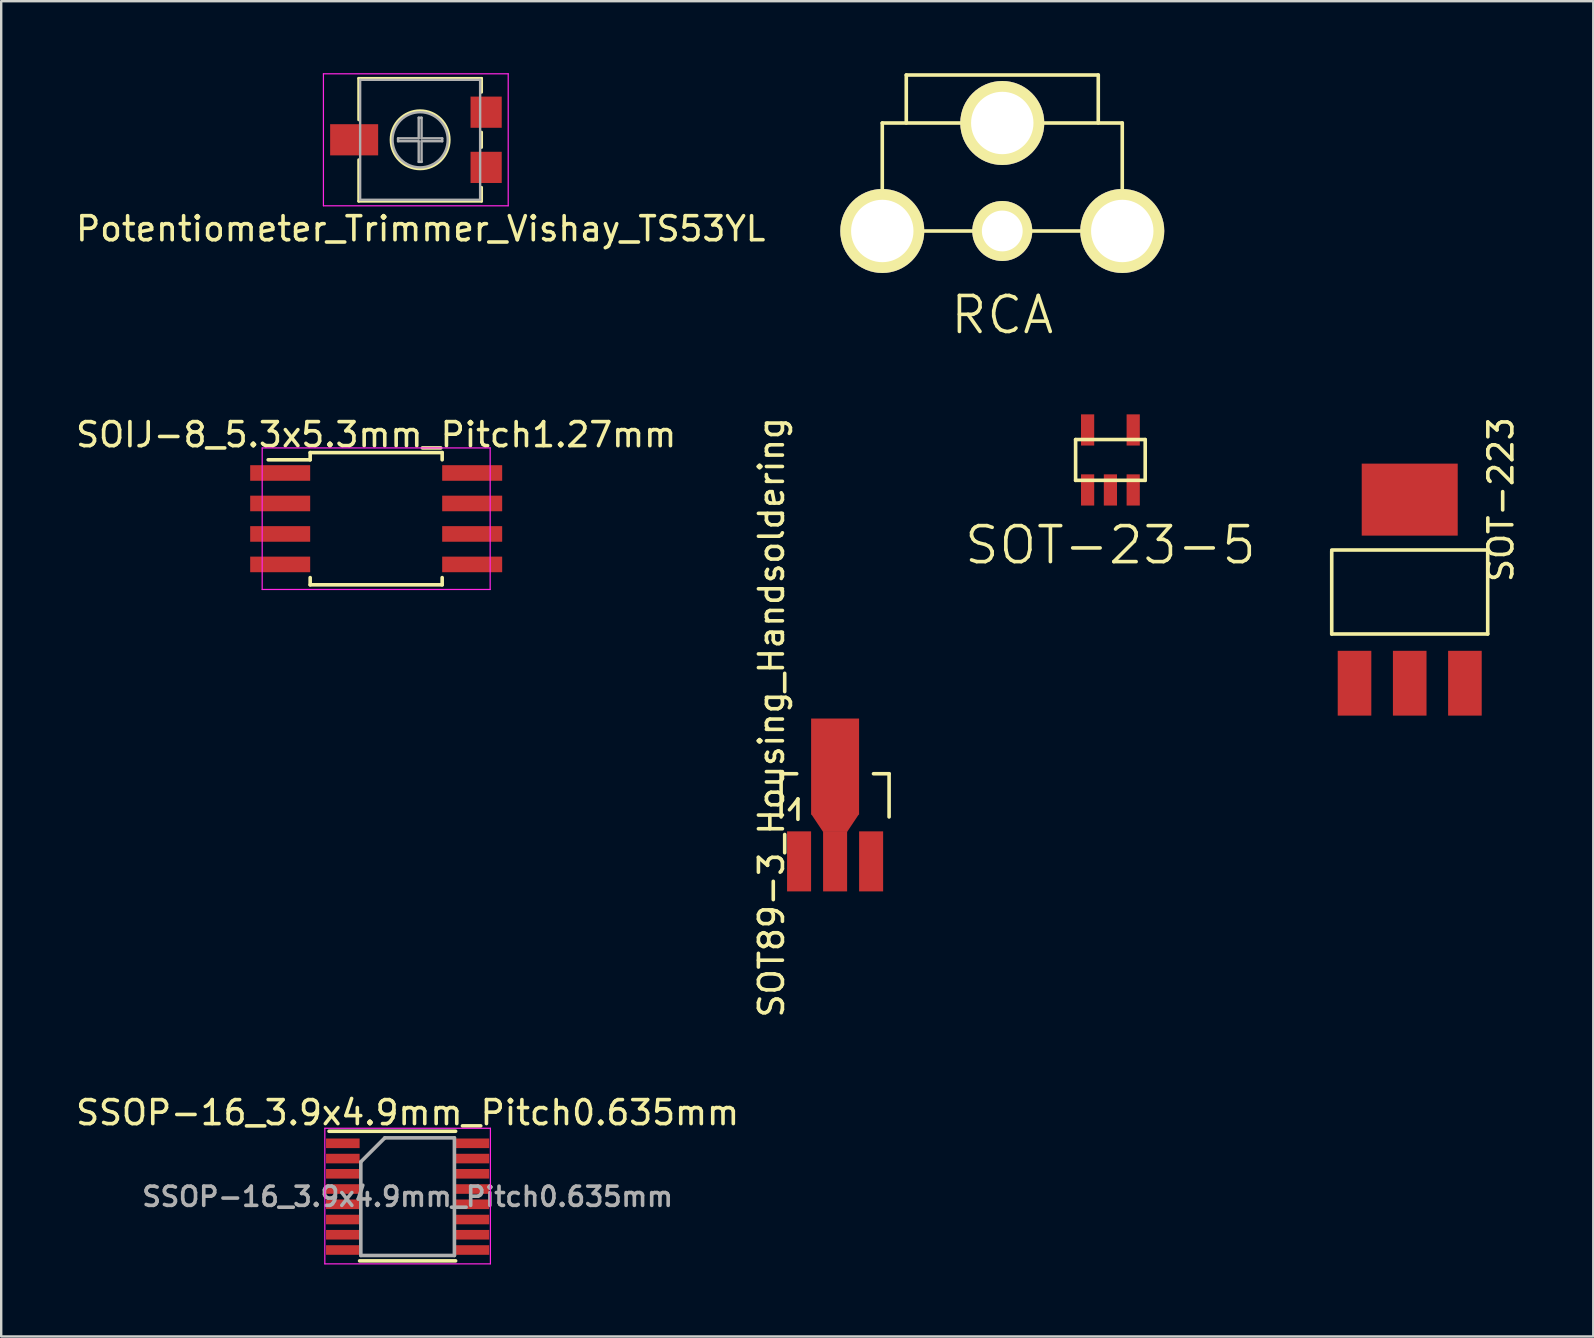
<source format=kicad_pcb>
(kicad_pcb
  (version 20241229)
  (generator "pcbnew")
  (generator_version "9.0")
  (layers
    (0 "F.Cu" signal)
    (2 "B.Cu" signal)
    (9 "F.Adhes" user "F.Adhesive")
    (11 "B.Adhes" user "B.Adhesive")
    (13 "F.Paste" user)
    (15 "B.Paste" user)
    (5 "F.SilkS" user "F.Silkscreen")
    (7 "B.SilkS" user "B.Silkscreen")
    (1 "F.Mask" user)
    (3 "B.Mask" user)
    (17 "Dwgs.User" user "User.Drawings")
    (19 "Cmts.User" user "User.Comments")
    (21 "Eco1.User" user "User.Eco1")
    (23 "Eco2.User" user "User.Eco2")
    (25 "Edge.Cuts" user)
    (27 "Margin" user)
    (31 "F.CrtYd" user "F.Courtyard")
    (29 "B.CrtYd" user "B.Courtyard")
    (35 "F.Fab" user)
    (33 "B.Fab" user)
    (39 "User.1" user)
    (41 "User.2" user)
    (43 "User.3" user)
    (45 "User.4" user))
  (footprint "SOT-223"
    (layer "F.Cu")
    (at 55.692 18.419)
    (property "Reference" "SOT-223" (at 3.8 -0.65 90) (layer "F.SilkS") (effects (font (size 1 1) (thickness 0.15))))
    (attr through_hole)
    (fp_line (start -3.25 1.45) (end 3.25 1.45) (stroke (width 0.15) (type solid)) (layer "F.SilkS"))
    (fp_line (start -3.25 4.95) (end -3.25 1.5) (stroke (width 0.15) (type solid)) (layer "F.SilkS"))
    (fp_line (start 3.25 1.45) (end 3.25 4.95) (stroke (width 0.15) (type solid)) (layer "F.SilkS"))
    (fp_line (start 3.25 4.95) (end -3.25 4.95) (stroke (width 0.15) (type solid)) (layer "F.SilkS"))
    (pad "1" smd rect (at -2.3 7) (size 1.4 2.7) (layers "F.Cu" "F.Mask"))
    (pad "2" smd rect (at 0 -0.65) (size 4 3) (layers "F.Cu" "F.Mask"))
    (pad "2" smd rect (at 0 7) (size 1.4 2.7) (layers "F.Cu" "F.Mask"))
    (pad "3" smd rect (at 2.3 7) (size 1.4 2.7) (layers "F.Cu" "F.Mask")))
  (footprint "RCA"
    (layer "F.Cu")
    (at 38.714 6.575)
    (property "Reference" "RCA" (at 0 3.5 0) (layer "F.SilkS") (effects (font (size 1.5 1.5) (thickness 0.15))))
    (attr through_hole)
    (fp_line (start -5 -4.5) (end 5 -4.5) (stroke (width 0.15) (type solid)) (layer "F.SilkS"))
    (fp_line (start -5 0) (end -5 -4.5) (stroke (width 0.15) (type solid)) (layer "F.SilkS"))
    (fp_line (start -4 -6.5) (end 4 -6.5) (stroke (width 0.15) (type solid)) (layer "F.SilkS"))
    (fp_line (start -4 -4.5) (end -4 -6.5) (stroke (width 0.15) (type solid)) (layer "F.SilkS"))
    (fp_line (start 4 -6.5) (end 4 -4.5) (stroke (width 0.15) (type solid)) (layer "F.SilkS"))
    (fp_line (start 5 -4.5) (end 5 0) (stroke (width 0.15) (type solid)) (layer "F.SilkS"))
    (fp_line (start 5 0) (end -5 0) (stroke (width 0.15) (type solid)) (layer "F.SilkS"))
    (pad "1" thru_hole circle (at -5 0) (size 3.5 3.5) (drill 2.6) (layers "*.Cu" "*.Mask" "F.SilkS"))
    (pad "1" thru_hole circle (at 0 -4.5) (size 3.5 3.5) (drill 2.6) (layers "*.Cu" "*.Mask" "F.SilkS"))
    (pad "1" thru_hole circle (at 5 0) (size 3.5 3.5) (drill 2.6) (layers "*.Cu" "*.Mask" "F.SilkS"))
    (pad "2" thru_hole circle (at 0 0) (size 2.5 2.5) (drill 1.7) (layers "*.Cu" "*.Mask" "F.SilkS")))
  (footprint "Potentiometer_Trimmer_Vishay_TS53YL"
    (layer "F.Cu")
    (at 14.457 2.775)
    (property "Reference" "Potentiometer_Trimmer_Vishay_TS53YL" (at 0.025 3.708 0) (layer "F.SilkS") (effects (font (size 1 1) (thickness 0.15))))
    (attr smd)
    (fp_line (start -2.56 -2.56) (end -2.56 -0.83) (stroke (width 0.12) (type solid)) (layer "F.SilkS"))
    (fp_line (start -2.56 -2.56) (end 2.56 -2.56) (stroke (width 0.12) (type solid)) (layer "F.SilkS"))
    (fp_line (start -2.56 0.83) (end -2.56 2.56) (stroke (width 0.12) (type solid)) (layer "F.SilkS"))
    (fp_line (start -2.56 2.56) (end 2.56 2.56) (stroke (width 0.12) (type solid)) (layer "F.SilkS"))
    (fp_line (start 2.56 -2.56) (end 2.56 -1.98) (stroke (width 0.12) (type solid)) (layer "F.SilkS"))
    (fp_line (start 2.56 -0.32) (end 2.56 0.32) (stroke (width 0.12) (type solid)) (layer "F.SilkS"))
    (fp_line (start 2.56 1.98) (end 2.56 2.56) (stroke (width 0.12) (type solid)) (layer "F.SilkS"))
    (fp_circle (center 0 0) (end 1.21 0) (stroke (width 0.12) (type solid)) (fill no) (layer "F.SilkS"))
    (fp_line (start -4.03 -2.75) (end -4.03 2.75) (stroke (width 0.05) (type solid)) (layer "F.CrtYd"))
    (fp_line (start -4.03 2.75) (end 3.67 2.75) (stroke (width 0.05) (type solid)) (layer "F.CrtYd"))
    (fp_line (start 3.67 -2.75) (end -4.03 -2.75) (stroke (width 0.05) (type solid)) (layer "F.CrtYd"))
    (fp_line (start 3.67 2.75) (end 3.67 -2.75) (stroke (width 0.05) (type solid)) (layer "F.CrtYd"))
    (fp_line (start -2.5 -2.5) (end -2.5 2.5) (stroke (width 0.1) (type solid)) (layer "F.Fab"))
    (fp_line (start -2.5 2.5) (end 2.5 2.5) (stroke (width 0.1) (type solid)) (layer "F.Fab"))
    (fp_line (start -0.92 -0.06) (end -0.06 -0.06) (stroke (width 0.1) (type solid)) (layer "F.Fab"))
    (fp_line (start -0.92 0.06) (end -0.92 -0.06) (stroke (width 0.1) (type solid)) (layer "F.Fab"))
    (fp_line (start -0.06 -0.92) (end 0.06 -0.92) (stroke (width 0.1) (type solid)) (layer "F.Fab"))
    (fp_line (start -0.06 -0.06) (end -0.06 -0.92) (stroke (width 0.1) (type solid)) (layer "F.Fab"))
    (fp_line (start -0.06 0.06) (end -0.92 0.06) (stroke (width 0.1) (type solid)) (layer "F.Fab"))
    (fp_line (start -0.06 0.92) (end -0.06 0.06) (stroke (width 0.1) (type solid)) (layer "F.Fab"))
    (fp_line (start 0.06 -0.92) (end 0.06 -0.06) (stroke (width 0.1) (type solid)) (layer "F.Fab"))
    (fp_line (start 0.06 -0.06) (end 0.92 -0.06) (stroke (width 0.1) (type solid)) (layer "F.Fab"))
    (fp_line (start 0.06 0.06) (end 0.06 0.92) (stroke (width 0.1) (type solid)) (layer "F.Fab"))
    (fp_line (start 0.06 0.92) (end -0.06 0.92) (stroke (width 0.1) (type solid)) (layer "F.Fab"))
    (fp_line (start 0.92 -0.06) (end 0.92 0.06) (stroke (width 0.1) (type solid)) (layer "F.Fab"))
    (fp_line (start 0.92 0.06) (end 0.06 0.06) (stroke (width 0.1) (type solid)) (layer "F.Fab"))
    (fp_line (start 2.5 -2.5) (end -2.5 -2.5) (stroke (width 0.1) (type solid)) (layer "F.Fab"))
    (fp_line (start 2.5 2.5) (end 2.5 -2.5) (stroke (width 0.1) (type solid)) (layer "F.Fab"))
    (fp_circle (center 0 0) (end 1.15 0) (stroke (width 0.1) (type solid)) (fill no) (layer "F.Fab"))
    (pad "1" smd rect (at 2.75 -1.15) (size 1.3 1.3) (layers "F.Cu" "F.Mask" "F.Paste"))
    (pad "2" smd rect (at -2.75 0) (size 2 1.3) (layers "F.Cu" "F.Mask" "F.Paste"))
    (pad "3" smd rect (at 2.75 1.15) (size 1.3 1.3) (layers "F.Cu" "F.Mask" "F.Paste")))
  (footprint "SOT-23-5"
    (layer "F.Cu")
    (at 43.22 16.116)
    (property "Reference" "SOT-23-5" (at 0 3.55 0) (layer "F.SilkS") (effects (font (size 1.5 1.5) (thickness 0.15))))
    (attr through_hole)
    (fp_line (start -1.45 -0.85) (end -1.45 0.85) (stroke (width 0.15) (type solid)) (layer "F.SilkS"))
    (fp_line (start -1.45 0.85) (end 1.45 0.85) (stroke (width 0.15) (type solid)) (layer "F.SilkS"))
    (fp_line (start 1.45 -0.85) (end -1.45 -0.85) (stroke (width 0.15) (type solid)) (layer "F.SilkS"))
    (fp_line (start 1.45 0.85) (end 1.45 -0.85) (stroke (width 0.15) (type solid)) (layer "F.SilkS"))
    (pad "1" smd rect (at -0.95 1.25) (size 0.55 1.3) (layers "F.Cu" "F.Mask" "F.Paste"))
    (pad "2" smd rect (at 0 1.25) (size 0.55 1.3) (layers "F.Cu" "F.Mask" "F.Paste"))
    (pad "3" smd rect (at 0.95 1.25) (size 0.55 1.3) (layers "F.Cu" "F.Mask" "F.Paste"))
    (pad "4" smd rect (at 0.95 -1.25) (size 0.55 1.3) (layers "F.Cu" "F.Mask" "F.Paste"))
    (pad "5" smd rect (at -0.95 -1.25) (size 0.55 1.3) (layers "F.Cu" "F.Mask" "F.Paste")))
  (footprint "SSOP-16_3.9x4.9mm_Pitch0.635mm"
    (layer "F.Cu")
    (at 13.935 46.814)
    (property "Reference" "SSOP-16_3.9x4.9mm_Pitch0.635mm" (at 0 -3.5 0) (layer "F.SilkS") (effects (font (size 1 1) (thickness 0.15))))
    (attr smd)
    (fp_line (start -3.275 -2.725) (end 2 -2.725) (stroke (width 0.15) (type solid)) (layer "F.SilkS"))
    (fp_line (start -2 2.675) (end 2 2.675) (stroke (width 0.15) (type solid)) (layer "F.SilkS"))
    (fp_line (start -3.45 -2.85) (end -3.45 2.8) (stroke (width 0.05) (type solid)) (layer "F.CrtYd"))
    (fp_line (start -3.45 -2.85) (end 3.45 -2.85) (stroke (width 0.05) (type solid)) (layer "F.CrtYd"))
    (fp_line (start -3.45 2.8) (end 3.45 2.8) (stroke (width 0.05) (type solid)) (layer "F.CrtYd"))
    (fp_line (start 3.45 -2.85) (end 3.45 2.8) (stroke (width 0.05) (type solid)) (layer "F.CrtYd"))
    (fp_line (start -1.95 -1.45) (end -0.95 -2.45) (stroke (width 0.15) (type solid)) (layer "F.Fab"))
    (fp_line (start -1.95 2.45) (end -1.95 -1.45) (stroke (width 0.15) (type solid)) (layer "F.Fab"))
    (fp_line (start -0.95 -2.45) (end 1.95 -2.45) (stroke (width 0.15) (type solid)) (layer "F.Fab"))
    (fp_line (start 1.95 -2.45) (end 1.95 2.45) (stroke (width 0.15) (type solid)) (layer "F.Fab"))
    (fp_line (start 1.95 2.45) (end -1.95 2.45) (stroke (width 0.15) (type solid)) (layer "F.Fab"))
    (fp_text user "${REFERENCE}" (at 0 0 0) (layer "F.Fab") (effects (font (size 0.8 0.8) (thickness 0.15))))
    (pad "1" smd rect (at -2.7 -2.223) (size 1.4 0.4) (layers "F.Cu" "F.Mask" "F.Paste"))
    (pad "2" smd rect (at -2.7 -1.587) (size 1.4 0.4) (layers "F.Cu" "F.Mask" "F.Paste"))
    (pad "3" smd rect (at -2.7 -0.953) (size 1.4 0.4) (layers "F.Cu" "F.Mask" "F.Paste"))
    (pad "4" smd rect (at -2.7 -0.318) (size 1.4 0.4) (layers "F.Cu" "F.Mask" "F.Paste"))
    (pad "5" smd rect (at -2.7 0.318) (size 1.4 0.4) (layers "F.Cu" "F.Mask" "F.Paste"))
    (pad "6" smd rect (at -2.7 0.953) (size 1.4 0.4) (layers "F.Cu" "F.Mask" "F.Paste"))
    (pad "7" smd rect (at -2.7 1.587) (size 1.4 0.4) (layers "F.Cu" "F.Mask" "F.Paste"))
    (pad "8" smd rect (at -2.7 2.223) (size 1.4 0.4) (layers "F.Cu" "F.Mask" "F.Paste"))
    (pad "9" smd rect (at 2.7 2.223) (size 1.4 0.4) (layers "F.Cu" "F.Mask" "F.Paste"))
    (pad "10" smd rect (at 2.7 1.587) (size 1.4 0.4) (layers "F.Cu" "F.Mask" "F.Paste"))
    (pad "11" smd rect (at 2.7 0.953) (size 1.4 0.4) (layers "F.Cu" "F.Mask" "F.Paste"))
    (pad "12" smd rect (at 2.7 0.318) (size 1.4 0.4) (layers "F.Cu" "F.Mask" "F.Paste"))
    (pad "13" smd rect (at 2.7 -0.318) (size 1.4 0.4) (layers "F.Cu" "F.Mask" "F.Paste"))
    (pad "14" smd rect (at 2.7 -0.953) (size 1.4 0.4) (layers "F.Cu" "F.Mask" "F.Paste"))
    (pad "15" smd rect (at 2.7 -1.587) (size 1.4 0.4) (layers "F.Cu" "F.Mask" "F.Paste"))
    (pad "16" smd rect (at 2.7 -2.223) (size 1.4 0.4) (layers "F.Cu" "F.Mask" "F.Paste")))
  (footprint "SOT89-3_Housing_Handsoldering"
    (layer "F.Cu")
    (at 31.748 30.491)
    (property "Reference" "SOT89-3_Housing_Handsoldering" (at -2.65 -3.65 90) (layer "F.SilkS") (effects (font (size 1 1) (thickness 0.15))))
    (attr smd)
    (fp_line (start -2.25 -1.3) (end -2.25 0.5) (stroke (width 0.15) (type solid)) (layer "F.SilkS"))
    (fp_line (start -2.25 -1.3) (end -1.6 -1.3) (stroke (width 0.15) (type solid)) (layer "F.SilkS"))
    (fp_line (start -1.9 0.201) (end -1.651 -0.099) (stroke (width 0.15) (type solid)) (layer "F.SilkS"))
    (fp_line (start -1.651 -0.099) (end -1.549 -0.249) (stroke (width 0.15) (type solid)) (layer "F.SilkS"))
    (fp_line (start -1.549 -0.249) (end -1.549 0.599) (stroke (width 0.15) (type solid)) (layer "F.SilkS"))
    (fp_line (start 2.25 -1.3) (end 1.6 -1.3) (stroke (width 0.15) (type solid)) (layer "F.SilkS"))
    (fp_line (start 2.25 -1.3) (end 2.25 0.5) (stroke (width 0.15) (type solid)) (layer "F.SilkS"))
    (pad "1" smd rect (at -1.501 2.352) (size 1.001 2.502) (layers "F.Cu" "F.Mask"))
    (pad "2" smd rect (at 0 -1.6) (size 1.999 4) (layers "F.Cu" "F.Mask"))
    (pad "2" smd trapezoid (at 0 0.749 180) (size 1.501 0.749) (rect_delta 0 0.5) (layers "F.Cu"))
    (pad "2" smd rect (at 0 2.352) (size 1.001 2.502) (layers "F.Cu" "F.Mask"))
    (pad "3" smd rect (at 1.501 2.352) (size 1.001 2.502) (layers "F.Cu" "F.Mask")))
  (footprint "SOIJ-8_5.3x5.3mm_Pitch1.27mm"
    (layer "F.Cu")
    (at 12.625 18.564)
    (property "Reference" "SOIJ-8_5.3x5.3mm_Pitch1.27mm" (at 0 -3.5 180) (layer "F.SilkS") (effects (font (size 1 1) (thickness 0.15))))
    (attr smd)
    (fp_line (start -2.75 -2.755) (end -2.75 -2.455) (stroke (width 0.15) (type solid)) (layer "F.SilkS"))
    (fp_line (start -2.75 -2.755) (end 2.75 -2.755) (stroke (width 0.15) (type solid)) (layer "F.SilkS"))
    (fp_line (start -2.75 -2.455) (end -4.5 -2.455) (stroke (width 0.15) (type solid)) (layer "F.SilkS"))
    (fp_line (start -2.75 2.755) (end -2.75 2.455) (stroke (width 0.15) (type solid)) (layer "F.SilkS"))
    (fp_line (start -2.75 2.755) (end 2.75 2.755) (stroke (width 0.15) (type solid)) (layer "F.SilkS"))
    (fp_line (start 2.75 -2.755) (end 2.75 -2.455) (stroke (width 0.15) (type solid)) (layer "F.SilkS"))
    (fp_line (start 2.75 2.755) (end 2.75 2.455) (stroke (width 0.15) (type solid)) (layer "F.SilkS"))
    (fp_line (start -4.75 -2.95) (end -4.75 2.95) (stroke (width 0.05) (type solid)) (layer "F.CrtYd"))
    (fp_line (start -4.75 -2.95) (end 4.75 -2.95) (stroke (width 0.05) (type solid)) (layer "F.CrtYd"))
    (fp_line (start -4.75 2.95) (end 4.75 2.95) (stroke (width 0.05) (type solid)) (layer "F.CrtYd"))
    (fp_line (start 4.75 -2.95) (end 4.75 2.95) (stroke (width 0.05) (type solid)) (layer "F.CrtYd"))
    (pad "1" smd rect (at -4 -1.905) (size 2.5 0.65) (layers "F.Cu" "F.Mask"))
    (pad "2" smd rect (at -4 -0.635) (size 2.5 0.65) (layers "F.Cu" "F.Mask"))
    (pad "3" smd rect (at -4 0.635) (size 2.5 0.65) (layers "F.Cu" "F.Mask"))
    (pad "4" smd rect (at -4 1.905) (size 2.5 0.65) (layers "F.Cu" "F.Mask"))
    (pad "5" smd rect (at 4 1.905) (size 2.5 0.65) (layers "F.Cu" "F.Mask"))
    (pad "6" smd rect (at 4 0.635) (size 2.5 0.65) (layers "F.Cu" "F.Mask"))
    (pad "7" smd rect (at 4 -0.635) (size 2.5 0.65) (layers "F.Cu" "F.Mask"))
    (pad "8" smd rect (at 4 -1.905) (size 2.5 0.65) (layers "F.Cu" "F.Mask")))
  (gr_rect
    (start -3 -3)
    (end 63.34 52.639)
    (stroke (width 0.1) (type default))
    (fill no)
    (layer "Edge.Cuts")))
</source>
